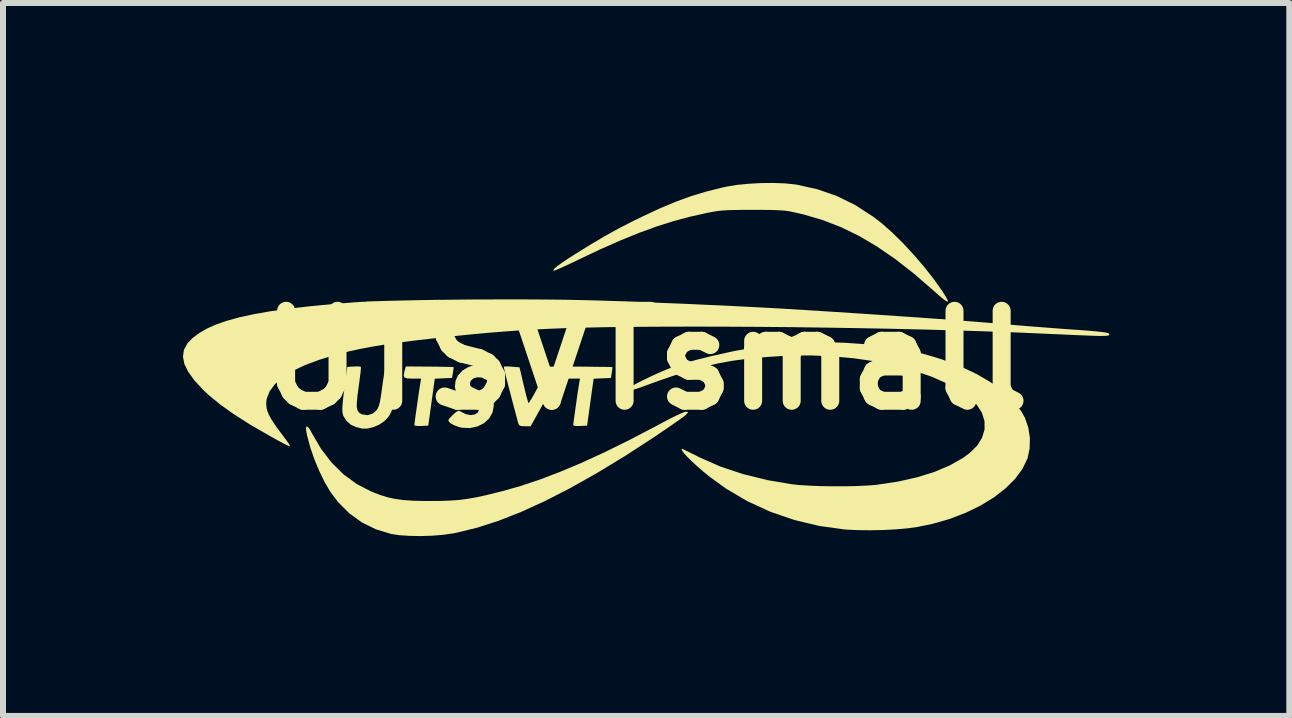
<source format=kicad_pcb>
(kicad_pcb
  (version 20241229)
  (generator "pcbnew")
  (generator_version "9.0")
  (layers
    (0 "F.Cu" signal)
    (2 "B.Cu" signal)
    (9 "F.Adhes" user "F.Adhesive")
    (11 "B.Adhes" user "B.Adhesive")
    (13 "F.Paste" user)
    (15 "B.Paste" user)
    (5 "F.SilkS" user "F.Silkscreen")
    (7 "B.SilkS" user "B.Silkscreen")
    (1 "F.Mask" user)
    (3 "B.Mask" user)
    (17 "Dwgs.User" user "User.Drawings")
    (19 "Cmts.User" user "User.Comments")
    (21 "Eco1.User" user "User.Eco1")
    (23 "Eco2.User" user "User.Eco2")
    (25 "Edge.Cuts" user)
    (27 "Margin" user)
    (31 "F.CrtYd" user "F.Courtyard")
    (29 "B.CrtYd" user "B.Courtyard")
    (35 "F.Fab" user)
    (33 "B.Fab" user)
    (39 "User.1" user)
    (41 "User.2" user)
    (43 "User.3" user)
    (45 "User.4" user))
  (footprint "UTSVTsmall"
    (layer "F.Cu")
    (at 7.72 2.953)
    (property "Reference" "UTSVTsmall" (at 0 0 0) (layer "F.SilkS") (effects (font (size 1.5 1.5) (thickness 0.3))))
    (attr board_only exclude_from_pos_files exclude_from_bom)
    (fp_poly (pts (xy -3.609 0.109) (xy -3.482 0.11) (xy -3.371 0.112) (xy -3.284 0.114) (xy -3.228 0.115) (xy -3.209 0.117) (xy -3.209 0.139) (xy -3.216 0.19) (xy -3.219 0.21) (xy -3.234 0.298) (xy -3.378 0.304) (xy -3.522 0.311) (xy -3.576 0.702) (xy -3.63 1.092) (xy -3.746 1.099) (xy -3.814 1.099) (xy -3.855 1.091) (xy -3.862 1.084) (xy -3.859 1.055) (xy -3.851 0.992) (xy -3.839 0.903) (xy -3.824 0.8) (xy -3.808 0.689) (xy -3.793 0.581) (xy -3.779 0.486) (xy -3.767 0.412) (xy -3.762 0.381) (xy -3.75 0.309) (xy -3.894 0.309) (xy -3.978 0.306) (xy -4.024 0.292) (xy -4.039 0.26) (xy -4.031 0.2) (xy -4.019 0.158) (xy -4.005 0.106)) (stroke (width 0) (type solid)) (fill yes) (layer "F.SilkS"))
    (fp_poly (pts (xy -4.25 0.105) (xy -4.228 0.107) (xy -4.187 0.11) (xy -4.158 0.115) (xy -4.14 0.13) (xy -4.131 0.159) (xy -4.132 0.209) (xy -4.14 0.287) (xy -4.156 0.398) (xy -4.171 0.496) (xy -4.194 0.643) (xy -4.215 0.755) (xy -4.238 0.839) (xy -4.266 0.902) (xy -4.301 0.954) (xy -4.346 1.002) (xy -4.363 1.018) (xy -4.446 1.075) (xy -4.545 1.118) (xy -4.646 1.142) (xy -4.733 1.142) (xy -4.756 1.137) (xy -4.792 1.127) (xy -4.837 1.116) (xy -4.92 1.079) (xy -4.995 1.012) (xy -5.046 0.931) (xy -5.053 0.909) (xy -5.061 0.865) (xy -5.063 0.806) (xy -5.058 0.725) (xy -5.047 0.613) (xy -5.028 0.471) (xy -4.98 0.114) (xy -4.871 0.107) (xy -4.807 0.105) (xy -4.763 0.109) (xy -4.754 0.114) (xy -4.753 0.139) (xy -4.759 0.201) (xy -4.77 0.29) (xy -4.784 0.398) (xy -4.792 0.452) (xy -4.811 0.597) (xy -4.821 0.706) (xy -4.822 0.784) (xy -4.81 0.837) (xy -4.787 0.873) (xy -4.752 0.897) (xy -4.73 0.906) (xy -4.64 0.919) (xy -4.554 0.89) (xy -4.495 0.839) (xy -4.472 0.806) (xy -4.453 0.76) (xy -4.436 0.696) (xy -4.42 0.603) (xy -4.403 0.482) (xy -4.384 0.344) (xy -4.368 0.244) (xy -4.354 0.176) (xy -4.338 0.133) (xy -4.316 0.111) (xy -4.288 0.104)) (stroke (width 0) (type solid)) (fill yes) (layer "F.SilkS"))
    (fp_poly (pts (xy -2.592 0.09) (xy -2.573 0.097) (xy -2.509 0.13) (xy -2.485 0.163) (xy -2.499 0.206) (xy -2.55 0.266) (xy -2.599 0.314) (xy -2.631 0.334) (xy -2.657 0.332) (xy -2.678 0.319) (xy -2.746 0.29) (xy -2.817 0.287) (xy -2.88 0.307) (xy -2.923 0.346) (xy -2.935 0.387) (xy -2.934 0.412) (xy -2.926 0.431) (xy -2.904 0.45) (xy -2.861 0.472) (xy -2.791 0.503) (xy -2.696 0.543) (xy -2.608 0.591) (xy -2.558 0.651) (xy -2.539 0.733) (xy -2.538 0.761) (xy -2.559 0.875) (xy -2.615 0.973) (xy -2.701 1.052) (xy -2.809 1.106) (xy -2.933 1.133) (xy -3.066 1.128) (xy -3.119 1.116) (xy -3.191 1.09) (xy -3.251 1.059) (xy -3.268 1.045) (xy -3.291 1.019) (xy -3.294 0.997) (xy -3.273 0.968) (xy -3.225 0.919) (xy -3.222 0.915) (xy -3.168 0.867) (xy -3.133 0.846) (xy -3.106 0.848) (xy -3.094 0.856) (xy -3.01 0.9) (xy -2.928 0.917) (xy -2.857 0.908) (xy -2.805 0.875) (xy -2.781 0.818) (xy -2.781 0.805) (xy -2.791 0.77) (xy -2.828 0.739) (xy -2.885 0.711) (xy -2.956 0.683) (xy -3.016 0.66) (xy -3.036 0.653) (xy -3.115 0.609) (xy -3.165 0.538) (xy -3.187 0.448) (xy -3.176 0.349) (xy -3.136 0.257) (xy -3.06 0.174) (xy -2.956 0.113) (xy -2.836 0.076) (xy -2.71 0.067)) (stroke (width 0) (type solid)) (fill yes) (layer "F.SilkS"))
    (fp_poly (pts (xy 0.697 0.863) (xy 0.697 0.876) (xy 0.671 0.907) (xy 0.642 0.932) (xy 0.581 0.977) (xy 0.494 1.038) (xy 0.386 1.113) (xy 0.263 1.197) (xy 0.138 1.282) (xy -0.355 1.602) (xy -0.823 1.886) (xy -1.267 2.136) (xy -1.687 2.351) (xy -2.084 2.532) (xy -2.46 2.68) (xy -2.815 2.794) (xy -3.15 2.876) (xy -3.227 2.891) (xy -3.391 2.914) (xy -3.575 2.928) (xy -3.765 2.934) (xy -3.95 2.93) (xy -4.116 2.919) (xy -4.247 2.899) (xy -4.502 2.822) (xy -4.736 2.707) (xy -4.947 2.555) (xy -5.135 2.366) (xy -5.262 2.197) (xy -5.355 2.039) (xy -5.445 1.855) (xy -5.528 1.657) (xy -5.596 1.46) (xy -5.646 1.276) (xy -5.664 1.188) (xy -5.668 1.127) (xy -5.656 1.105) (xy -5.63 1.122) (xy -5.593 1.176) (xy -5.57 1.219) (xy -5.419 1.478) (xy -5.243 1.708) (xy -5.043 1.905) (xy -4.823 2.066) (xy -4.588 2.188) (xy -4.45 2.243) (xy -4.321 2.284) (xy -4.191 2.313) (xy -4.051 2.333) (xy -3.89 2.344) (xy -3.699 2.349) (xy -3.608 2.349) (xy -3.424 2.348) (xy -3.265 2.342) (xy -3.121 2.332) (xy -2.981 2.314) (xy -2.835 2.289) (xy -2.673 2.254) (xy -2.483 2.207) (xy -2.39 2.184) (xy -2.085 2.097) (xy -1.765 1.99) (xy -1.427 1.861) (xy -1.068 1.71) (xy -0.686 1.534) (xy -0.277 1.332) (xy 0.161 1.104) (xy 0.289 1.035) (xy 0.401 0.976) (xy 0.502 0.926) (xy 0.585 0.888) (xy 0.642 0.865) (xy 0.662 0.861)) (stroke (width 0) (type solid)) (fill yes) (layer "F.SilkS"))
    (fp_poly (pts (xy -2.293 0.106) (xy -2.237 0.11) (xy -2.109 0.121) (xy -2.04 0.414) (xy -2.014 0.522) (xy -1.991 0.614) (xy -1.972 0.681) (xy -1.961 0.715) (xy -1.96 0.718) (xy -1.946 0.703) (xy -1.916 0.656) (xy -1.873 0.582) (xy -1.821 0.487) (xy -1.785 0.42) (xy -1.622 0.11) (xy -1.512 0.109) (xy -1.439 0.108) (xy -1.341 0.108) (xy -1.225 0.109) (xy -1.099 0.109) (xy -0.971 0.11) (xy -0.848 0.112) (xy -0.738 0.113) (xy -0.648 0.114) (xy -0.586 0.116) (xy -0.56 0.117) (xy -0.56 0.117) (xy -0.561 0.139) (xy -0.568 0.19) (xy -0.571 0.21) (xy -0.585 0.298) (xy -0.73 0.304) (xy -0.874 0.311) (xy -0.928 0.702) (xy -0.982 1.092) (xy -1.098 1.099) (xy -1.165 1.099) (xy -1.206 1.091) (xy -1.214 1.084) (xy -1.211 1.055) (xy -1.203 0.992) (xy -1.19 0.903) (xy -1.176 0.8) (xy -1.16 0.689) (xy -1.145 0.581) (xy -1.13 0.486) (xy -1.119 0.412) (xy -1.114 0.381) (xy -1.101 0.309) (xy -1.249 0.309) (xy -1.396 0.309) (xy -1.382 0.221) (xy -1.375 0.166) (xy -1.375 0.135) (xy -1.376 0.132) (xy -1.389 0.151) (xy -1.42 0.203) (xy -1.466 0.283) (xy -1.525 0.387) (xy -1.593 0.508) (xy -1.654 0.618) (xy -1.923 1.103) (xy -2.02 1.103) (xy -2.083 1.1) (xy -2.115 1.085) (xy -2.13 1.054) (xy -2.14 1.018) (xy -2.158 0.947) (xy -2.185 0.847) (xy -2.217 0.727) (xy -2.252 0.593) (xy -2.26 0.563) (xy -2.295 0.43) (xy -2.325 0.312) (xy -2.349 0.215) (xy -2.365 0.147) (xy -2.371 0.112) (xy -2.371 0.11) (xy -2.348 0.106)) (stroke (width 0) (type solid)) (fill yes) (layer "F.SilkS"))
    (fp_poly (pts (xy 2.314 -2.946) (xy 2.481 -2.929) (xy 2.505 -2.926) (xy 2.853 -2.849) (xy 3.181 -2.735) (xy 3.491 -2.583) (xy 3.789 -2.389) (xy 3.939 -2.273) (xy 4.105 -2.126) (xy 4.283 -1.951) (xy 4.463 -1.756) (xy 4.638 -1.553) (xy 4.797 -1.35) (xy 4.933 -1.159) (xy 4.947 -1.139) (xy 5 -1.053) (xy 5.029 -0.998) (xy 5.033 -0.973) (xy 5.01 -0.979) (xy 4.958 -1.015) (xy 4.878 -1.083) (xy 4.789 -1.162) (xy 4.463 -1.444) (xy 4.151 -1.687) (xy 3.848 -1.895) (xy 3.549 -2.071) (xy 3.251 -2.216) (xy 2.948 -2.333) (xy 2.637 -2.425) (xy 2.569 -2.441) (xy 2.482 -2.461) (xy 2.407 -2.477) (xy 2.336 -2.488) (xy 2.261 -2.495) (xy 2.173 -2.5) (xy 2.063 -2.503) (xy 1.925 -2.504) (xy 1.787 -2.504) (xy 1.613 -2.504) (xy 1.475 -2.502) (xy 1.363 -2.499) (xy 1.27 -2.493) (xy 1.188 -2.484) (xy 1.107 -2.471) (xy 1.019 -2.454) (xy 1.019 -2.454) (xy 0.736 -2.391) (xy 0.457 -2.316) (xy 0.175 -2.227) (xy -0.116 -2.121) (xy -0.423 -1.996) (xy -0.753 -1.851) (xy -1.101 -1.686) (xy -1.228 -1.625) (xy -1.34 -1.573) (xy -1.433 -1.531) (xy -1.5 -1.502) (xy -1.536 -1.489) (xy -1.54 -1.489) (xy -1.542 -1.505) (xy -1.522 -1.531) (xy -1.475 -1.57) (xy -1.399 -1.624) (xy -1.291 -1.697) (xy -1.206 -1.751) (xy -0.946 -1.913) (xy -0.707 -2.055) (xy -0.473 -2.185) (xy -0.231 -2.31) (xy -0.055 -2.396) (xy 0.234 -2.53) (xy 0.499 -2.641) (xy 0.751 -2.733) (xy 1.002 -2.809) (xy 1.262 -2.874) (xy 1.344 -2.892) (xy 1.511 -2.92) (xy 1.705 -2.939) (xy 1.913 -2.951) (xy 2.12 -2.953)) (stroke (width 0) (type solid)) (fill yes) (layer "F.SilkS"))
    (fp_poly (pts (xy 3.321 -0.288) (xy 3.626 -0.267) (xy 3.896 -0.241) (xy 4.141 -0.208) (xy 4.37 -0.165) (xy 4.592 -0.113) (xy 4.817 -0.048) (xy 4.942 -0.008) (xy 5.239 0.104) (xy 5.508 0.231) (xy 5.748 0.371) (xy 5.954 0.523) (xy 6.124 0.684) (xy 6.255 0.852) (xy 6.318 0.965) (xy 6.373 1.125) (xy 6.4 1.301) (xy 6.395 1.477) (xy 6.36 1.638) (xy 6.359 1.64) (xy 6.276 1.813) (xy 6.153 1.98) (xy 5.993 2.139) (xy 5.801 2.288) (xy 5.58 2.424) (xy 5.333 2.544) (xy 5.066 2.647) (xy 4.781 2.729) (xy 4.526 2.782) (xy 4.36 2.805) (xy 4.163 2.822) (xy 3.95 2.833) (xy 3.732 2.837) (xy 3.525 2.835) (xy 3.341 2.826) (xy 3.314 2.824) (xy 2.888 2.765) (xy 2.473 2.666) (xy 2.074 2.529) (xy 1.694 2.355) (xy 1.337 2.145) (xy 1.071 1.953) (xy 0.958 1.862) (xy 0.854 1.771) (xy 0.761 1.686) (xy 0.685 1.61) (xy 0.629 1.547) (xy 0.597 1.503) (xy 0.595 1.48) (xy 0.602 1.479) (xy 0.623 1.488) (xy 0.676 1.514) (xy 0.753 1.552) (xy 0.849 1.6) (xy 0.883 1.618) (xy 1.232 1.772) (xy 1.614 1.9) (xy 2.03 2.002) (xy 2.416 2.068) (xy 2.549 2.083) (xy 2.715 2.093) (xy 2.904 2.101) (xy 3.106 2.104) (xy 3.311 2.104) (xy 3.506 2.1) (xy 3.684 2.092) (xy 3.831 2.081) (xy 3.851 2.078) (xy 4.199 2.026) (xy 4.519 1.954) (xy 4.809 1.864) (xy 5.064 1.756) (xy 5.283 1.632) (xy 5.395 1.55) (xy 5.52 1.427) (xy 5.602 1.295) (xy 5.644 1.157) (xy 5.643 1.017) (xy 5.6 0.879) (xy 5.515 0.746) (xy 5.426 0.655) (xy 5.24 0.516) (xy 5.016 0.389) (xy 4.758 0.276) (xy 4.47 0.176) (xy 4.157 0.091) (xy 3.823 0.022) (xy 3.473 -0.029) (xy 3.11 -0.063) (xy 2.74 -0.078) (xy 2.366 -0.073) (xy 2.26 -0.068) (xy 1.967 -0.048) (xy 1.702 -0.023) (xy 1.457 0.009) (xy 1.221 0.051) (xy 0.988 0.103) (xy 0.747 0.169) (xy 0.491 0.249) (xy 0.209 0.346) (xy 0.006 0.42) (xy -0.133 0.47) (xy -0.237 0.502) (xy -0.304 0.517) (xy -0.334 0.514) (xy -0.325 0.494) (xy -0.298 0.471) (xy -0.244 0.437) (xy -0.158 0.39) (xy -0.051 0.336) (xy 0.069 0.278) (xy 0.192 0.221) (xy 0.31 0.17) (xy 0.411 0.129) (xy 0.419 0.126) (xy 0.606 0.063) (xy 0.831 -0.002) (xy 1.098 -0.068) (xy 1.406 -0.137) (xy 1.483 -0.153) (xy 1.866 -0.223) (xy 2.23 -0.271) (xy 2.588 -0.296) (xy 2.957 -0.301)) (stroke (width 0) (type solid)) (fill yes) (layer "F.SilkS"))
    (fp_poly (pts (xy -1.939 -1.011) (xy -1.64 -1.009) (xy -1.356 -1.006) (xy -1.095 -1.001) (xy -0.861 -0.995) (xy -0.6 -0.987) (xy -0.311 -0.976) (xy -0.001 -0.964) (xy 0.321 -0.951) (xy 0.649 -0.938) (xy 0.974 -0.923) (xy 1.29 -0.909) (xy 1.589 -0.894) (xy 1.863 -0.88) (xy 2.104 -0.867) (xy 2.229 -0.86) (xy 2.636 -0.835) (xy 3.04 -0.81) (xy 3.437 -0.784) (xy 3.822 -0.759) (xy 4.191 -0.734) (xy 4.54 -0.71) (xy 4.864 -0.687) (xy 5.159 -0.665) (xy 5.421 -0.645) (xy 5.644 -0.627) (xy 5.727 -0.62) (xy 5.933 -0.602) (xy 6.152 -0.583) (xy 6.371 -0.565) (xy 6.581 -0.549) (xy 6.771 -0.534) (xy 6.931 -0.522) (xy 6.968 -0.519) (xy 7.171 -0.505) (xy 7.335 -0.493) (xy 7.462 -0.482) (xy 7.559 -0.473) (xy 7.628 -0.465) (xy 7.675 -0.457) (xy 7.704 -0.449) (xy 7.719 -0.44) (xy 7.724 -0.429) (xy 7.724 -0.426) (xy 7.721 -0.418) (xy 7.712 -0.412) (xy 7.693 -0.407) (xy 7.659 -0.404) (xy 7.607 -0.403) (xy 7.535 -0.403) (xy 7.437 -0.406) (xy 7.312 -0.411) (xy 7.154 -0.417) (xy 6.961 -0.426) (xy 6.729 -0.436) (xy 6.62 -0.441) (xy 6.186 -0.46) (xy 5.715 -0.477) (xy 5.211 -0.493) (xy 4.682 -0.508) (xy 4.133 -0.521) (xy 3.57 -0.532) (xy 3.001 -0.541) (xy 2.43 -0.549) (xy 1.865 -0.554) (xy 1.311 -0.557) (xy 0.783 -0.558) (xy 0.344 -0.557) (xy -0.056 -0.555) (xy -0.421 -0.552) (xy -0.757 -0.547) (xy -1.067 -0.54) (xy -1.356 -0.532) (xy -1.63 -0.521) (xy -1.893 -0.508) (xy -2.149 -0.492) (xy -2.404 -0.473) (xy -2.661 -0.452) (xy -2.927 -0.427) (xy -3.204 -0.399) (xy -3.5 -0.367) (xy -3.531 -0.363) (xy -3.841 -0.328) (xy -4.113 -0.293) (xy -4.353 -0.259) (xy -4.568 -0.224) (xy -4.765 -0.186) (xy -4.949 -0.146) (xy -5.126 -0.1) (xy -5.304 -0.049) (xy -5.44 -0.007) (xy -5.682 0.082) (xy -5.889 0.18) (xy -6.058 0.288) (xy -6.188 0.403) (xy -6.277 0.524) (xy -6.325 0.65) (xy -6.333 0.731) (xy -6.324 0.81) (xy -6.296 0.895) (xy -6.244 0.992) (xy -6.166 1.109) (xy -6.111 1.183) (xy -6.046 1.269) (xy -5.992 1.342) (xy -5.954 1.396) (xy -5.937 1.422) (xy -5.936 1.424) (xy -5.941 1.431) (xy -5.957 1.43) (xy -5.991 1.416) (xy -6.046 1.389) (xy -6.128 1.345) (xy -6.242 1.282) (xy -6.289 1.255) (xy -6.603 1.074) (xy -6.874 0.901) (xy -7.105 0.736) (xy -7.296 0.579) (xy -7.382 0.498) (xy -7.528 0.34) (xy -7.632 0.196) (xy -7.697 0.064) (xy -7.72 -0.058) (xy -7.704 -0.17) (xy -7.648 -0.275) (xy -7.561 -0.367) (xy -7.451 -0.449) (xy -7.32 -0.525) (xy -7.166 -0.594) (xy -6.986 -0.656) (xy -6.778 -0.713) (xy -6.539 -0.765) (xy -6.268 -0.813) (xy -5.961 -0.856) (xy -5.617 -0.896) (xy -5.234 -0.932) (xy -4.877 -0.962) (xy -4.73 -0.971) (xy -4.543 -0.979) (xy -4.323 -0.987) (xy -4.073 -0.993) (xy -3.8 -0.999) (xy -3.507 -1.004) (xy -3.201 -1.007) (xy -2.886 -1.01) (xy -2.568 -1.011) (xy -2.25 -1.012)) (stroke (width 0) (type solid)) (fill yes) (layer "F.SilkS")))
  (gr_rect
    (start -3 -3)
    (end 18.444 8.886)
    (stroke (width 0.1) (type default))
    (fill no)
    (layer "Edge.Cuts")))
</source>
